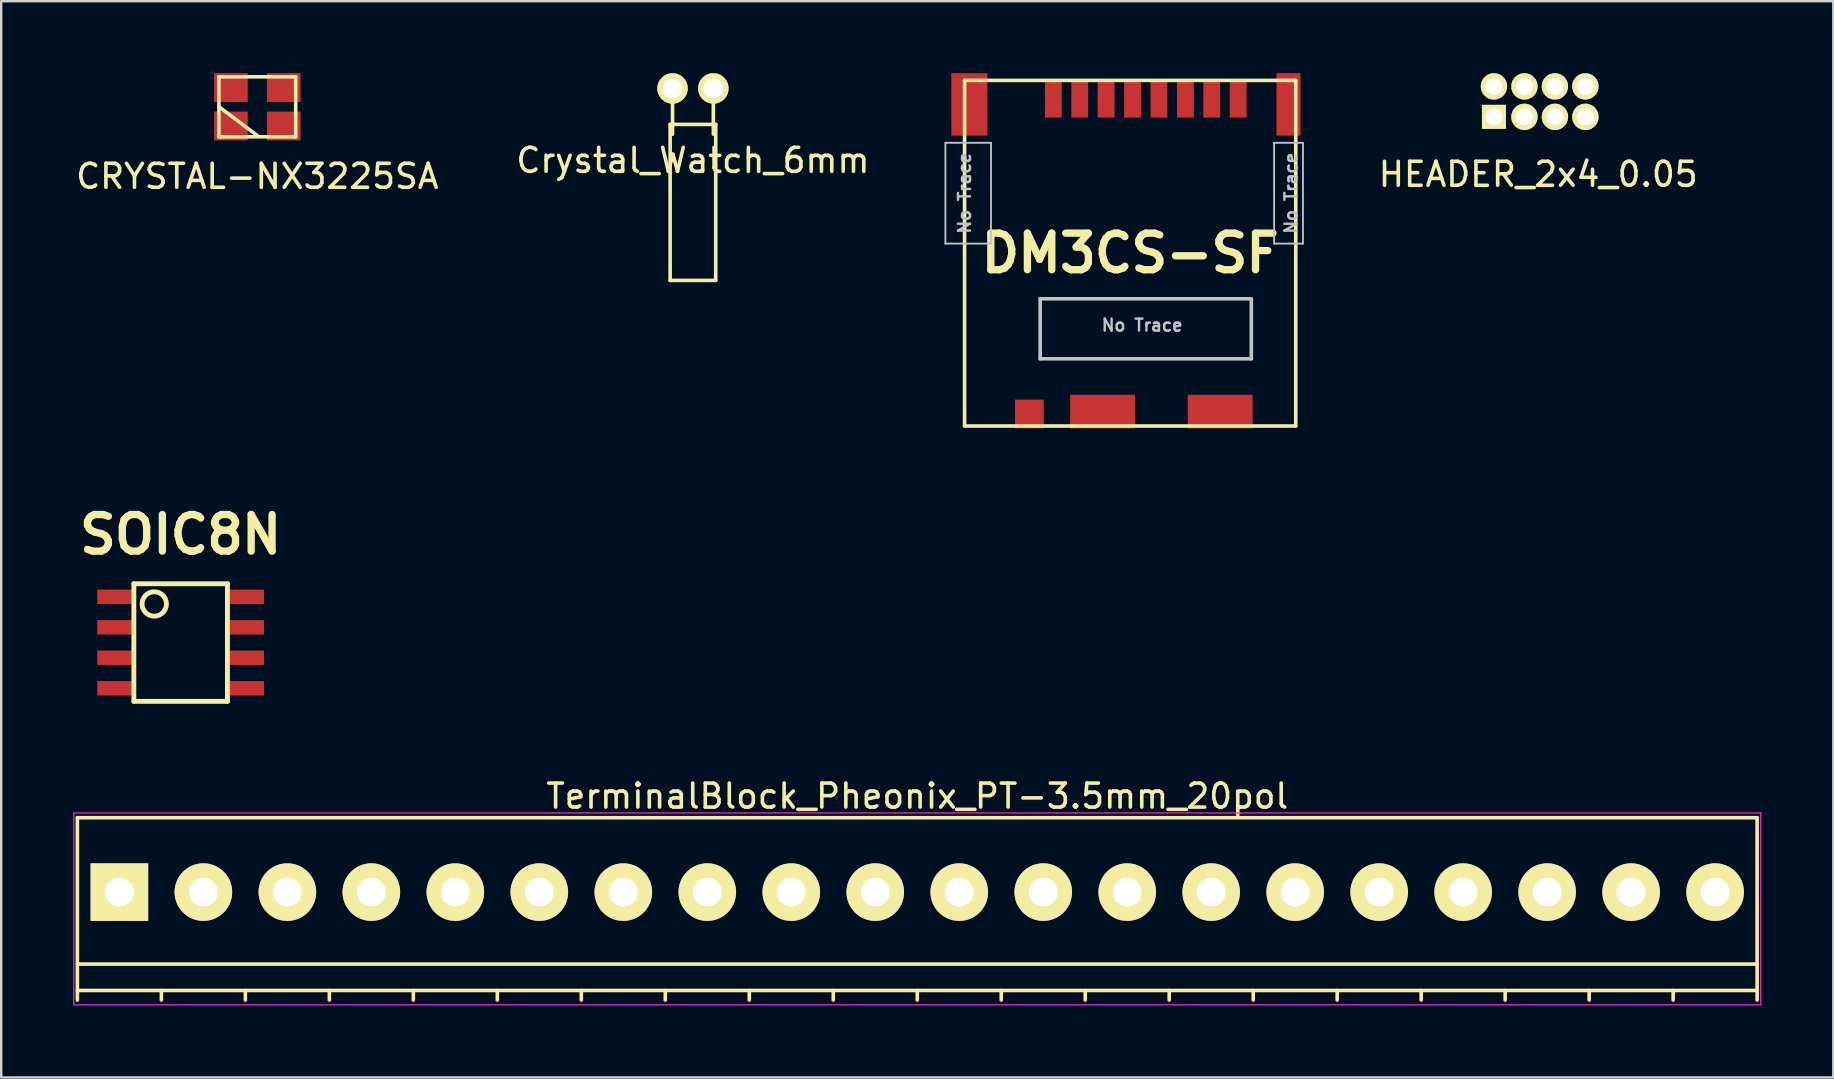
<source format=kicad_pcb>
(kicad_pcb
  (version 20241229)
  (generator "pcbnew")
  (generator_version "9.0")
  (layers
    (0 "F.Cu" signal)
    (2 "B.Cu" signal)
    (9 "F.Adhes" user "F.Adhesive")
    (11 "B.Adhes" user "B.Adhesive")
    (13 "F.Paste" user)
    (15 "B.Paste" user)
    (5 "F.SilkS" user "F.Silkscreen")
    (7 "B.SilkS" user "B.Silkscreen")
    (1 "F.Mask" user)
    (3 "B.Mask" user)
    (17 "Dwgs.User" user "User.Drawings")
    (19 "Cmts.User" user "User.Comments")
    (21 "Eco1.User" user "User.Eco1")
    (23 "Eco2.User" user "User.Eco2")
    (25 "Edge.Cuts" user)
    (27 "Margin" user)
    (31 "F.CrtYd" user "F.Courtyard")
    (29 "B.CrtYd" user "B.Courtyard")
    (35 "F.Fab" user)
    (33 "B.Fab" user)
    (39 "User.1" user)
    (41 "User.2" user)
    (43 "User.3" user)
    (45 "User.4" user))
  (footprint "CRYSTAL-NX3225SA"
    (layer "F.Cu")
    (at 7.673 1.4)
    (property "Reference" "CRYSTAL-NX3225SA" (at 0 2.9 0) (layer "F.SilkS") (effects (font (size 1 1) (thickness 0.15))))
    (attr through_hole)
    (fp_line (start -1.6 -1.25) (end 1.6 -1.25) (stroke (width 0.15) (type solid)) (layer "F.SilkS"))
    (fp_line (start -1.6 0) (end -1.6 -1.25) (stroke (width 0.15) (type solid)) (layer "F.SilkS"))
    (fp_line (start -1.6 0) (end 0 1.2) (stroke (width 0.15) (type solid)) (layer "F.SilkS"))
    (fp_line (start -1.6 1.25) (end -1.6 0) (stroke (width 0.15) (type solid)) (layer "F.SilkS"))
    (fp_line (start -1.5 1.25) (end -1.6 1.25) (stroke (width 0.15) (type solid)) (layer "F.SilkS"))
    (fp_line (start 1.6 -1.25) (end 1.6 1.25) (stroke (width 0.15) (type solid)) (layer "F.SilkS"))
    (fp_line (start 1.6 1.25) (end -1.5 1.25) (stroke (width 0.15) (type solid)) (layer "F.SilkS"))
    (pad "1" smd rect (at -1.1 0.8) (size 1.4 1.2) (layers "F.Cu" "F.Mask" "F.Paste"))
    (pad "2" smd rect (at 1.1 -0.8) (size 1.4 1.2) (layers "F.Cu" "F.Mask" "F.Paste"))
    (pad "3" smd rect (at -1.1 -0.8) (size 1.4 1.2) (layers "F.Cu" "F.Mask" "F.Paste"))
    (pad "3" smd rect (at 1.1 0.8) (size 1.4 1.2) (layers "F.Cu" "F.Mask" "F.Paste")))
  (footprint "HEADER_2x4_0.05"
    (layer "F.Cu")
    (at 61.113 1.185)
    (property "Reference" "HEADER_2x4_0.05" (at -0.06 3.03 0) (layer "F.SilkS") (effects (font (size 1 1) (thickness 0.15))))
    (attr through_hole)
    (pad "1" thru_hole rect (at -1.905 0.635) (size 1 1) (drill 0.7) (layers "*.Cu" "*.Mask" "F.SilkS"))
    (pad "2" thru_hole circle (at -1.905 -0.635) (size 1.1 1.1) (drill 0.7) (layers "*.Cu" "*.Mask" "F.SilkS"))
    (pad "3" thru_hole circle (at -0.635 0.635) (size 1.1 1.1) (drill 0.7) (layers "*.Cu" "*.Mask" "F.SilkS"))
    (pad "4" thru_hole circle (at -0.635 -0.635) (size 1.1 1.1) (drill 0.7) (layers "*.Cu" "*.Mask" "F.SilkS"))
    (pad "5" thru_hole circle (at 0.635 0.635) (size 1.1 1.1) (drill 0.7) (layers "*.Cu" "*.Mask" "F.SilkS"))
    (pad "6" thru_hole circle (at 0.635 -0.635) (size 1.1 1.1) (drill 0.7) (layers "*.Cu" "*.Mask" "F.SilkS"))
    (pad "7" thru_hole circle (at 1.905 0.635) (size 1.1 1.1) (drill 0.7) (layers "*.Cu" "*.Mask" "F.SilkS"))
    (pad "8" thru_hole circle (at 1.905 -0.635) (size 1.1 1.1) (drill 0.7) (layers "*.Cu" "*.Mask" "F.SilkS")))
  (footprint "SOIC8N"
    (layer "F.Cu")
    (at 4.478 23.727)
    (property "Reference" "SOIC8N" (at 0 -4.5 0) (layer "F.SilkS") (effects (font (size 1.524 1.524) (thickness 0.305))))
    (attr through_hole)
    (fp_line (start -1.95 -2.45) (end -1.95 2.45) (stroke (width 0.203) (type solid)) (layer "F.SilkS"))
    (fp_line (start -1.95 2.45) (end 1.95 2.45) (stroke (width 0.203) (type solid)) (layer "F.SilkS"))
    (fp_line (start 1.95 -2.45) (end -1.95 -2.45) (stroke (width 0.203) (type solid)) (layer "F.SilkS"))
    (fp_line (start 1.95 2.45) (end 1.95 -2.45) (stroke (width 0.203) (type solid)) (layer "F.SilkS"))
    (fp_circle (center -1.1 -1.608) (end -0.592 -1.608) (stroke (width 0.203) (type solid)) (fill no) (layer "F.SilkS"))
    (pad "1" smd rect (at -2.7 -1.905) (size 1.55 0.6) (layers "F.Cu" "F.Mask" "F.Paste"))
    (pad "2" smd rect (at -2.7 -0.635) (size 1.55 0.6) (layers "F.Cu" "F.Mask" "F.Paste"))
    (pad "3" smd rect (at -2.7 0.635) (size 1.55 0.6) (layers "F.Cu" "F.Mask" "F.Paste"))
    (pad "4" smd rect (at -2.7 1.905) (size 1.55 0.6) (layers "F.Cu" "F.Mask" "F.Paste"))
    (pad "5" smd rect (at 2.7 1.905) (size 1.55 0.6) (layers "F.Cu" "F.Mask" "F.Paste"))
    (pad "6" smd rect (at 2.7 0.635) (size 1.55 0.6) (layers "F.Cu" "F.Mask" "F.Paste"))
    (pad "7" smd rect (at 2.7 -0.635) (size 1.55 0.6) (layers "F.Cu" "F.Mask" "F.Paste"))
    (pad "8" smd rect (at 2.7 -1.905) (size 1.55 0.6) (layers "F.Cu" "F.Mask" "F.Paste")))
  (footprint "DM3CS-SF"
    (layer "F.Cu")
    (at 43.549 7.3)
    (property "Reference" "DM3CS-SF" (at 0.498 0.201 180) (layer "F.SilkS") (effects (font (size 1.524 1.524) (thickness 0.305))))
    (attr through_hole)
    (fp_line (start -6.403 -7) (end 7.399 -7) (stroke (width 0.15) (type solid)) (layer "F.SilkS"))
    (fp_line (start -6.403 7.402) (end -6.403 -7) (stroke (width 0.15) (type solid)) (layer "F.SilkS"))
    (fp_line (start 7.399 -7) (end 7.399 7.402) (stroke (width 0.15) (type solid)) (layer "F.SilkS"))
    (fp_line (start 7.399 7.402) (end -6.403 7.402) (stroke (width 0.15) (type solid)) (layer "F.SilkS"))
    (fp_line (start -7.201 -4.399) (end -5.301 -4.399) (stroke (width 0.076) (type solid)) (layer "Dwgs.User"))
    (fp_line (start -7.201 -0.198) (end -7.201 -4.399) (stroke (width 0.076) (type solid)) (layer "Dwgs.User"))
    (fp_line (start -5.301 -4.399) (end -5.301 -0.198) (stroke (width 0.076) (type solid)) (layer "Dwgs.User"))
    (fp_line (start -5.301 -0.198) (end -7.201 -0.198) (stroke (width 0.076) (type solid)) (layer "Dwgs.User"))
    (fp_line (start -3.252 4.601) (end -3.252 2.101) (stroke (width 0.15) (type solid)) (layer "Dwgs.User"))
    (fp_line (start 5.548 2.101) (end -3.252 2.101) (stroke (width 0.15) (type solid)) (layer "Dwgs.User"))
    (fp_line (start 5.548 4.601) (end -3.252 4.601) (stroke (width 0.15) (type solid)) (layer "Dwgs.User"))
    (fp_line (start 5.548 4.601) (end 5.548 2.101) (stroke (width 0.15) (type solid)) (layer "Dwgs.User"))
    (fp_line (start 6.497 -4.399) (end 6.497 -0.198) (stroke (width 0.076) (type solid)) (layer "Dwgs.User"))
    (fp_line (start 6.497 -0.198) (end 7.699 -0.198) (stroke (width 0.076) (type solid)) (layer "Dwgs.User"))
    (fp_line (start 7.699 -4.399) (end 6.497 -4.399) (stroke (width 0.076) (type solid)) (layer "Dwgs.User"))
    (fp_line (start 7.699 -0.198) (end 7.699 -4.399) (stroke (width 0.076) (type solid)) (layer "Dwgs.User"))
    (fp_text user "No Trace" (at -6.402 -2.299 270) (layer "Dwgs.User") (effects (font (size 0.5 0.5) (thickness 0.1))))
    (fp_text user "No Trace" (at 7.198 -2.299 270) (layer "Dwgs.User") (effects (font (size 0.5 0.5) (thickness 0.1))))
    (fp_text user "No Trace" (at 0.998 3.201 0) (layer "Dwgs.User") (effects (font (size 0.5 0.5) (thickness 0.1))))
    (pad "0" smd rect (at -6.203 -6 180) (size 1.501 2.601) (layers "F.Cu" "F.Mask" "F.Paste"))
    (pad "0" smd rect (at -3.703 6.901 180) (size 1.199 1.199) (layers "F.Cu" "F.Mask" "F.Paste"))
    (pad "0" smd rect (at -0.652 6.801 180) (size 2.7 1.4) (layers "F.Cu" "F.Mask" "F.Paste"))
    (pad "0" smd rect (at 4.248 6.801 180) (size 2.7 1.4) (layers "F.Cu" "F.Mask" "F.Paste"))
    (pad "0" smd rect (at 7.097 -6 180) (size 1.001 2.601) (layers "F.Cu" "F.Mask" "F.Paste"))
    (pad "1" smd rect (at -2.703 -6.2 180) (size 0.701 1.501) (layers "F.Cu" "F.Mask" "F.Paste"))
    (pad "2" smd rect (at -1.603 -6.2 180) (size 0.701 1.501) (layers "F.Cu" "F.Mask" "F.Paste"))
    (pad "3" smd rect (at -0.503 -6.2 180) (size 0.701 1.501) (layers "F.Cu" "F.Mask" "F.Paste"))
    (pad "4" smd rect (at 0.597 -6.2 180) (size 0.701 1.501) (layers "F.Cu" "F.Mask" "F.Paste"))
    (pad "5" smd rect (at 1.697 -6.2 180) (size 0.701 1.501) (layers "F.Cu" "F.Mask" "F.Paste"))
    (pad "6" smd rect (at 2.799 -6.2 180) (size 0.701 1.501) (layers "F.Cu" "F.Mask" "F.Paste"))
    (pad "7" smd rect (at 3.899 -6.2 180) (size 0.701 1.501) (layers "F.Cu" "F.Mask" "F.Paste"))
    (pad "8" smd rect (at 4.999 -6.2 180) (size 0.701 1.501) (layers "F.Cu" "F.Mask" "F.Paste")))
  (footprint "TerminalBlock_Pheonix_PT-3.5mm_20pol"
    (layer "F.Cu")
    (at 1.925 34.127)
    (property "Reference" "TerminalBlock_Pheonix_PT-3.5mm_20pol" (at 33.25 -4 0) (layer "F.SilkS") (effects (font (size 1 1) (thickness 0.15))))
    (attr through_hole)
    (fp_line (start -1.75 -3.1) (end -1.75 4.5) (stroke (width 0.15) (type solid)) (layer "F.SilkS"))
    (fp_line (start -1.75 3) (end 68.25 3) (stroke (width 0.15) (type solid)) (layer "F.SilkS"))
    (fp_line (start -1.75 4.1) (end 68.25 4.1) (stroke (width 0.15) (type solid)) (layer "F.SilkS"))
    (fp_line (start 1.75 4.1) (end 1.75 4.5) (stroke (width 0.15) (type solid)) (layer "F.SilkS"))
    (fp_line (start 5.25 4.1) (end 5.25 4.5) (stroke (width 0.15) (type solid)) (layer "F.SilkS"))
    (fp_line (start 8.75 4.1) (end 8.75 4.5) (stroke (width 0.15) (type solid)) (layer "F.SilkS"))
    (fp_line (start 12.25 4.1) (end 12.25 4.5) (stroke (width 0.15) (type solid)) (layer "F.SilkS"))
    (fp_line (start 15.75 4.1) (end 15.75 4.5) (stroke (width 0.15) (type solid)) (layer "F.SilkS"))
    (fp_line (start 19.25 4.1) (end 19.25 4.5) (stroke (width 0.15) (type solid)) (layer "F.SilkS"))
    (fp_line (start 22.75 4.1) (end 22.75 4.5) (stroke (width 0.15) (type solid)) (layer "F.SilkS"))
    (fp_line (start 26.25 4.1) (end 26.25 4.5) (stroke (width 0.15) (type solid)) (layer "F.SilkS"))
    (fp_line (start 29.75 4.1) (end 29.75 4.5) (stroke (width 0.15) (type solid)) (layer "F.SilkS"))
    (fp_line (start 33.25 4.1) (end 33.25 4.5) (stroke (width 0.15) (type solid)) (layer "F.SilkS"))
    (fp_line (start 36.75 4.1) (end 36.75 4.5) (stroke (width 0.15) (type solid)) (layer "F.SilkS"))
    (fp_line (start 40.25 4.1) (end 40.25 4.5) (stroke (width 0.15) (type solid)) (layer "F.SilkS"))
    (fp_line (start 43.75 4.1) (end 43.75 4.5) (stroke (width 0.15) (type solid)) (layer "F.SilkS"))
    (fp_line (start 47.25 4.1) (end 47.25 4.5) (stroke (width 0.15) (type solid)) (layer "F.SilkS"))
    (fp_line (start 50.75 4.1) (end 50.75 4.5) (stroke (width 0.15) (type solid)) (layer "F.SilkS"))
    (fp_line (start 54.25 4.1) (end 54.25 4.5) (stroke (width 0.15) (type solid)) (layer "F.SilkS"))
    (fp_line (start 57.75 4.1) (end 57.75 4.5) (stroke (width 0.15) (type solid)) (layer "F.SilkS"))
    (fp_line (start 61.25 4.1) (end 61.25 4.5) (stroke (width 0.15) (type solid)) (layer "F.SilkS"))
    (fp_line (start 64.75 4.1) (end 64.75 4.5) (stroke (width 0.15) (type solid)) (layer "F.SilkS"))
    (fp_line (start 68.25 -3.1) (end -1.75 -3.1) (stroke (width 0.15) (type solid)) (layer "F.SilkS"))
    (fp_line (start 68.25 4.5) (end 68.25 -3.1) (stroke (width 0.15) (type solid)) (layer "F.SilkS"))
    (fp_line (start -1.9 -3.3) (end 68.4 -3.3) (stroke (width 0.05) (type solid)) (layer "F.CrtYd"))
    (fp_line (start -1.9 4.7) (end -1.9 -3.3) (stroke (width 0.05) (type solid)) (layer "F.CrtYd"))
    (fp_line (start 68.4 -3.3) (end 68.4 4.7) (stroke (width 0.05) (type solid)) (layer "F.CrtYd"))
    (fp_line (start 68.4 4.7) (end -1.9 4.7) (stroke (width 0.05) (type solid)) (layer "F.CrtYd"))
    (pad "1" thru_hole rect (at 0 0 180) (size 2.4 2.4) (drill 1.2) (layers "*.Cu" "*.Mask" "F.SilkS"))
    (pad "2" thru_hole circle (at 3.5 0 180) (size 2.4 2.4) (drill 1.2) (layers "*.Cu" "*.Mask" "F.SilkS"))
    (pad "3" thru_hole circle (at 7 0 180) (size 2.4 2.4) (drill 1.2) (layers "*.Cu" "*.Mask" "F.SilkS"))
    (pad "4" thru_hole circle (at 10.5 0 180) (size 2.4 2.4) (drill 1.2) (layers "*.Cu" "*.Mask" "F.SilkS"))
    (pad "5" thru_hole circle (at 14 0 180) (size 2.4 2.4) (drill 1.2) (layers "*.Cu" "*.Mask" "F.SilkS"))
    (pad "6" thru_hole circle (at 17.5 0 180) (size 2.4 2.4) (drill 1.2) (layers "*.Cu" "*.Mask" "F.SilkS"))
    (pad "7" thru_hole circle (at 21 0 180) (size 2.4 2.4) (drill 1.2) (layers "*.Cu" "*.Mask" "F.SilkS"))
    (pad "8" thru_hole circle (at 24.5 0 180) (size 2.4 2.4) (drill 1.2) (layers "*.Cu" "*.Mask" "F.SilkS"))
    (pad "9" thru_hole circle (at 28 0 180) (size 2.4 2.4) (drill 1.2) (layers "*.Cu" "*.Mask" "F.SilkS"))
    (pad "10" thru_hole circle (at 31.5 0 180) (size 2.4 2.4) (drill 1.2) (layers "*.Cu" "*.Mask" "F.SilkS"))
    (pad "11" thru_hole circle (at 35 0 180) (size 2.4 2.4) (drill 1.2) (layers "*.Cu" "*.Mask" "F.SilkS"))
    (pad "12" thru_hole circle (at 38.5 0 180) (size 2.4 2.4) (drill 1.2) (layers "*.Cu" "*.Mask" "F.SilkS"))
    (pad "13" thru_hole circle (at 42 0 180) (size 2.4 2.4) (drill 1.2) (layers "*.Cu" "*.Mask" "F.SilkS"))
    (pad "14" thru_hole circle (at 45.5 0 180) (size 2.4 2.4) (drill 1.2) (layers "*.Cu" "*.Mask" "F.SilkS"))
    (pad "15" thru_hole circle (at 49 0 180) (size 2.4 2.4) (drill 1.2) (layers "*.Cu" "*.Mask" "F.SilkS"))
    (pad "16" thru_hole circle (at 52.5 0 180) (size 2.4 2.4) (drill 1.2) (layers "*.Cu" "*.Mask" "F.SilkS"))
    (pad "17" thru_hole circle (at 56 0 180) (size 2.4 2.4) (drill 1.2) (layers "*.Cu" "*.Mask" "F.SilkS"))
    (pad "18" thru_hole circle (at 59.5 0 180) (size 2.4 2.4) (drill 1.2) (layers "*.Cu" "*.Mask" "F.SilkS"))
    (pad "19" thru_hole circle (at 63 0 180) (size 2.4 2.4) (drill 1.2) (layers "*.Cu" "*.Mask" "F.SilkS"))
    (pad "20" thru_hole circle (at 66.5 0 180) (size 2.4 2.4) (drill 1.2) (layers "*.Cu" "*.Mask" "F.SilkS")))
  (footprint "Crystal_Watch_6mm"
    (layer "F.Cu")
    (at 25.827 0.635)
    (property "Reference" "Crystal_Watch_6mm" (at 0 3 180) (layer "F.SilkS") (effects (font (size 1 1) (thickness 0.15))))
    (attr through_hole)
    (fp_line (start -0.95 1.5) (end 0.95 1.5) (stroke (width 0.15) (type solid)) (layer "F.SilkS"))
    (fp_line (start -0.95 8) (end -0.95 1.5) (stroke (width 0.15) (type solid)) (layer "F.SilkS"))
    (fp_line (start -0.85 0) (end -0.85 1.905) (stroke (width 0.15) (type solid)) (layer "F.SilkS"))
    (fp_line (start 0.85 0) (end 0.85 1.905) (stroke (width 0.15) (type solid)) (layer "F.SilkS"))
    (fp_line (start 0.95 1.5) (end 0.95 8) (stroke (width 0.15) (type solid)) (layer "F.SilkS"))
    (fp_line (start 0.95 8) (end -0.95 8) (stroke (width 0.15) (type solid)) (layer "F.SilkS"))
    (pad "1" thru_hole circle (at -0.85 0) (size 1.27 1.27) (drill 0.813) (layers "*.Cu" "*.Mask" "F.SilkS"))
    (pad "2" thru_hole circle (at 0.85 0) (size 1.27 1.27) (drill 0.813) (layers "*.Cu" "*.Mask" "F.SilkS")))
  (gr_rect
    (start -3 -3)
    (end 73.35 41.852)
    (stroke (width 0.1) (type default))
    (fill no)
    (layer "Edge.Cuts")))
</source>
